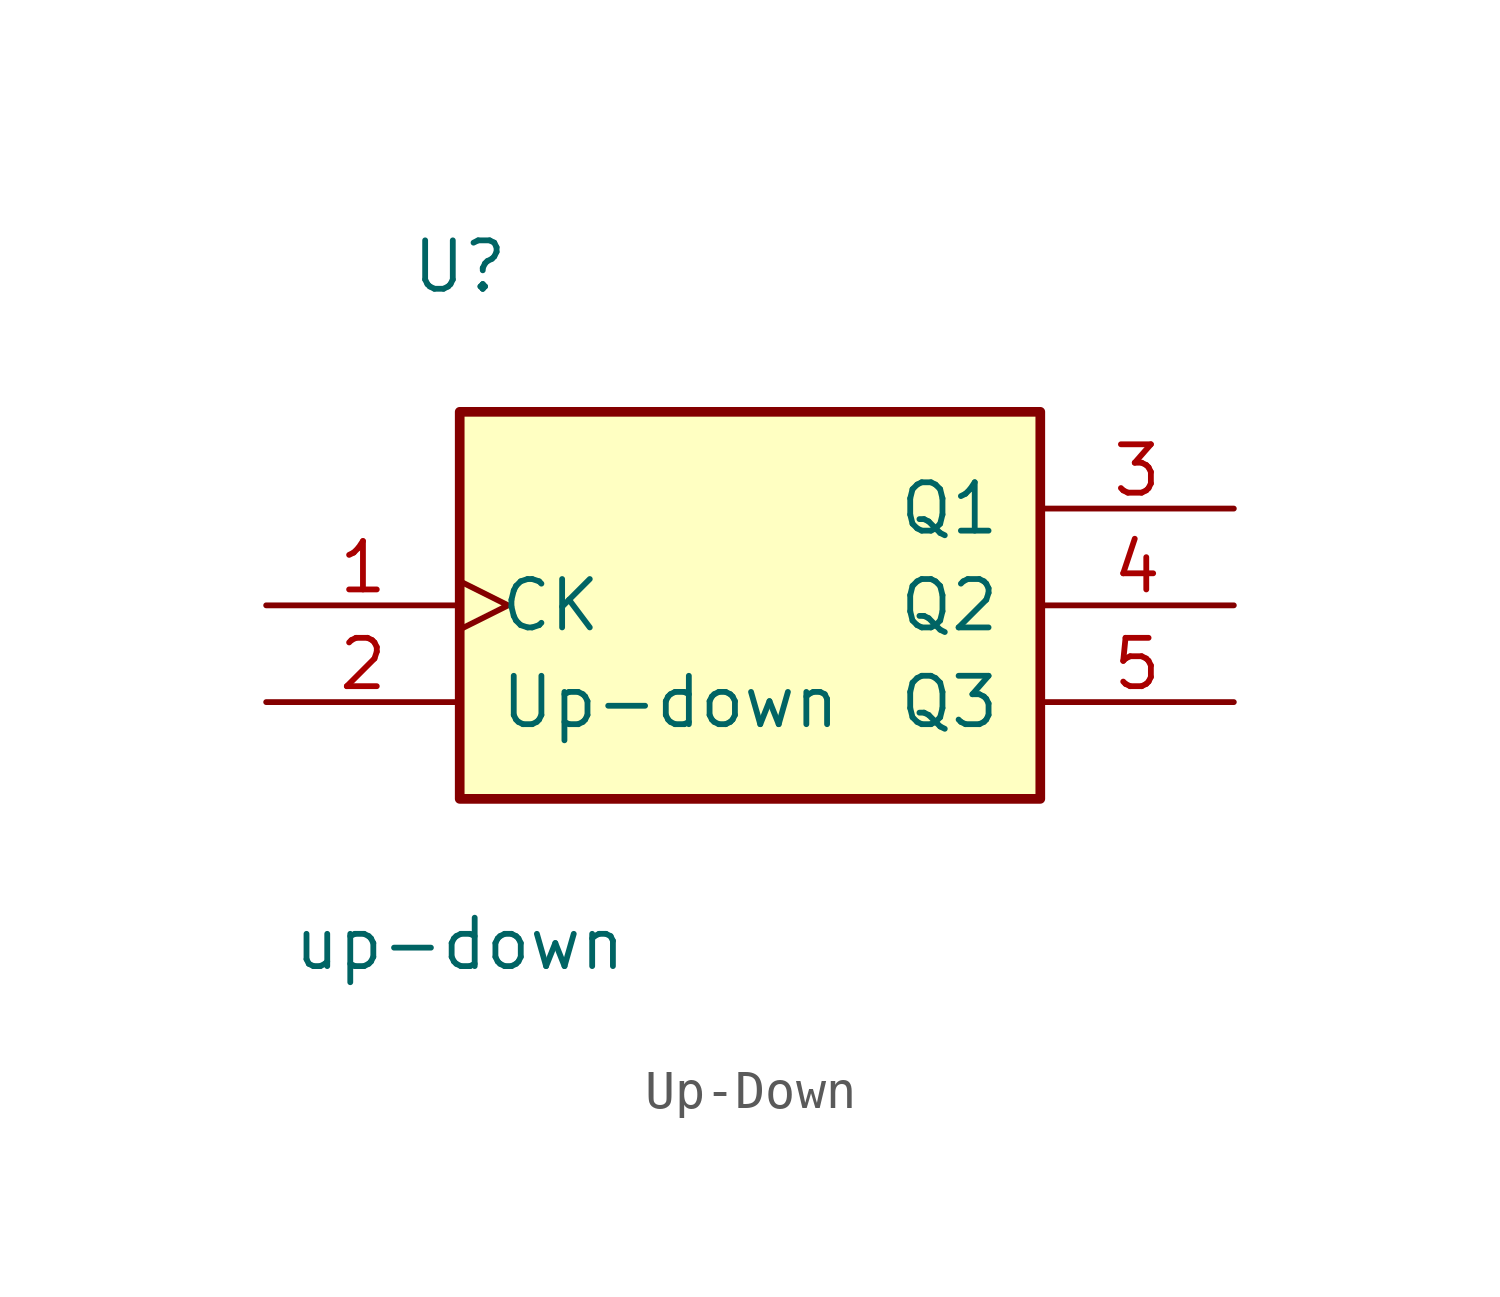
<source format=kicad_sym>
(kicad_symbol_lib
  (version 20231120)
  (generator "kicad_symbol_editor")
  (generator_version "7.99")
  (symbol "Up-Down"
    (pin_names
      (offset 1.016))
    (property "Reference" "U"
      (at -7.62 8.89 0)
      (effects (font (size 1.27 1.27))))
    (property "Value" "up-down"
      (at -7.62 -8.89 0)
      (effects (font (size 1.27 1.27))))
    (symbol "Up-Down_1_0"
      (pin input clock (at -12.7 0 0) (length 5.08) (name "CK" (effects (font (size 1.27 1.27)))) (number "1" (effects (font (size 1.27 1.27)))))
      (pin input line (at -12.7 -2.54 0) (length 5.08) (name "Up-down" (effects (font (size 1.27 1.27)))) (number "2" (effects (font (size 1.27 1.27)))))
      (pin output line (at 12.7 2.54 180) (length 5.08) (name "Q1" (effects (font (size 1.27 1.27)))) (number "3" (effects (font (size 1.27 1.27)))))
      (pin output line (at 12.7 0 180) (length 5.08) (name "Q2" (effects (font (size 1.27 1.27)))) (number "4" (effects (font (size 1.27 1.27)))))
      (pin output line (at 12.7 -2.54 180) (length 5.08) (name "Q3" (effects (font (size 1.27 1.27)))) (number "5" (effects (font (size 1.27 1.27))))))
    (symbol "Up-Down_1_1"
      (rectangle (start -7.62 5.08) (end 7.62 -5.08) (stroke (width 0.254) (type default)) (fill (type background))))))
</source>
